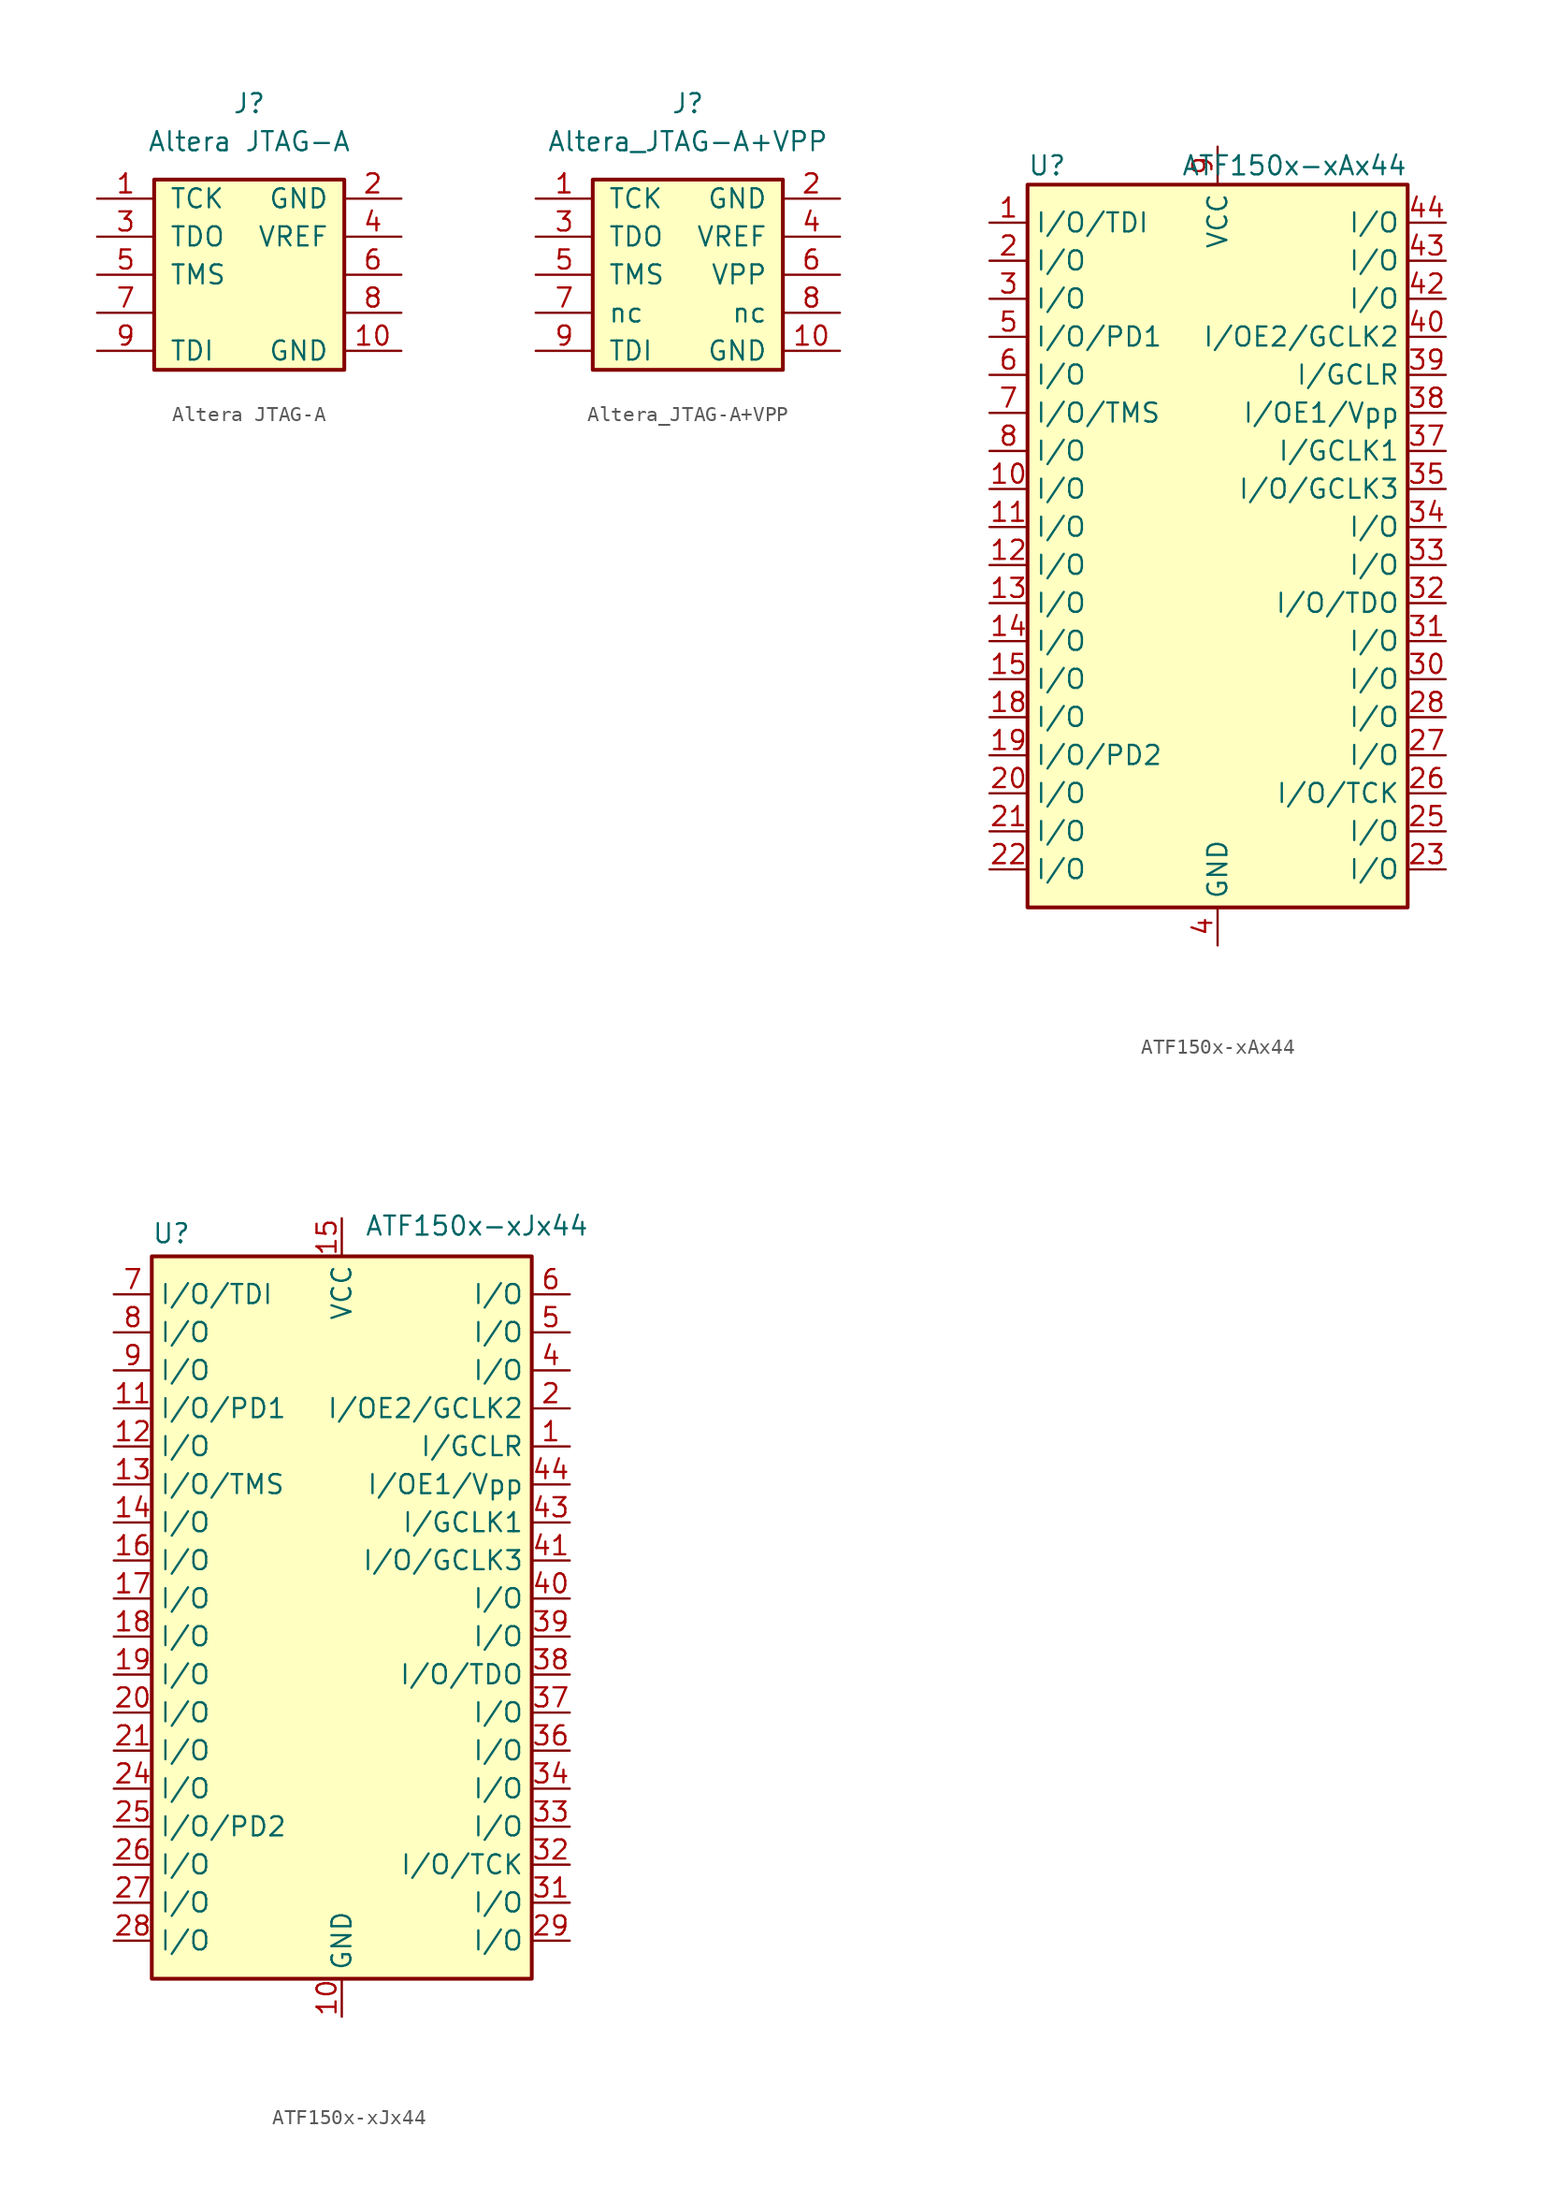
<source format=kicad_sym>
(kicad_symbol_lib
  (version 20231120)
  (generator "kicad_symbol_editor")
  (generator_version "8.0")
  (symbol "Altera JTAG-A"
    (pin_names
      (offset 1.016))
    (property "Reference" "J"
      (at 0 11.43 0)
      (effects (font (size 1.27 1.27))))
    (property "Value" "Altera JTAG-A"
      (at 0 8.89 0)
      (effects (font (size 1.27 1.27))))
    (symbol "Altera JTAG-A_1_1"
      (rectangle (start -6.35 6.35) (end 6.35 -6.35) (stroke (width 0.254) (type default)) (fill (type background)))
      (pin passive line (at -10.16 5.08 0) (length 3.81) (name "TCK" (effects (font (size 1.27 1.27)))) (number "1" (effects (font (size 1.27 1.27)))))
      (pin passive line (at 10.16 -5.08 180) (length 3.81) (name "GND" (effects (font (size 1.27 1.27)))) (number "10" (effects (font (size 1.27 1.27)))))
      (pin passive line (at 10.16 5.08 180) (length 3.81) (name "GND" (effects (font (size 1.27 1.27)))) (number "2" (effects (font (size 1.27 1.27)))))
      (pin passive line (at -10.16 2.54 0) (length 3.81) (name "TDO" (effects (font (size 1.27 1.27)))) (number "3" (effects (font (size 1.27 1.27)))))
      (pin passive line (at 10.16 2.54 180) (length 3.81) (name "VREF" (effects (font (size 1.27 1.27)))) (number "4" (effects (font (size 1.27 1.27)))))
      (pin passive line (at -10.16 0 0) (length 3.81) (name "TMS" (effects (font (size 1.27 1.27)))) (number "5" (effects (font (size 1.27 1.27)))))
      (pin passive line (at 10.16 0 180) (length 3.81) (name "~" (effects (font (size 1.27 1.27)))) (number "6" (effects (font (size 1.27 1.27)))))
      (pin passive line (at -10.16 -2.54 0) (length 3.81) (name "~" (effects (font (size 1.27 1.27)))) (number "7" (effects (font (size 1.27 1.27)))))
      (pin passive line (at 10.16 -2.54 180) (length 3.81) (name "~" (effects (font (size 1.27 1.27)))) (number "8" (effects (font (size 1.27 1.27)))))
      (pin passive line (at -10.16 -5.08 0) (length 3.81) (name "TDI" (effects (font (size 1.27 1.27)))) (number "9" (effects (font (size 1.27 1.27)))))))
  (symbol "Altera_JTAG-A+VPP"
    (pin_names
      (offset 1.016))
    (property "Reference" "J"
      (at 0 11.43 0)
      (effects (font (size 1.27 1.27))))
    (property "Value" "Altera_JTAG-A+VPP"
      (at 0 8.89 0)
      (effects (font (size 1.27 1.27))))
    (symbol "Altera_JTAG-A+VPP_1_1"
      (rectangle (start -6.35 6.35) (end 6.35 -6.35) (stroke (width 0.254) (type default)) (fill (type background)))
      (pin passive line (at -10.16 5.08 0) (length 3.81) (name "TCK" (effects (font (size 1.27 1.27)))) (number "1" (effects (font (size 1.27 1.27)))))
      (pin passive line (at 10.16 -5.08 180) (length 3.81) (name "GND" (effects (font (size 1.27 1.27)))) (number "10" (effects (font (size 1.27 1.27)))))
      (pin passive line (at 10.16 5.08 180) (length 3.81) (name "GND" (effects (font (size 1.27 1.27)))) (number "2" (effects (font (size 1.27 1.27)))))
      (pin passive line (at -10.16 2.54 0) (length 3.81) (name "TDO" (effects (font (size 1.27 1.27)))) (number "3" (effects (font (size 1.27 1.27)))))
      (pin passive line (at 10.16 2.54 180) (length 3.81) (name "VREF" (effects (font (size 1.27 1.27)))) (number "4" (effects (font (size 1.27 1.27)))))
      (pin passive line (at -10.16 0 0) (length 3.81) (name "TMS" (effects (font (size 1.27 1.27)))) (number "5" (effects (font (size 1.27 1.27)))))
      (pin passive line (at 10.16 0 180) (length 3.81) (name "VPP" (effects (font (size 1.27 1.27)))) (number "6" (effects (font (size 1.27 1.27)))))
      (pin passive line (at -10.16 -2.54 0) (length 3.81) (name "nc" (effects (font (size 1.27 1.27)))) (number "7" (effects (font (size 1.27 1.27)))))
      (pin passive line (at 10.16 -2.54 180) (length 3.81) (name "nc" (effects (font (size 1.27 1.27)))) (number "8" (effects (font (size 1.27 1.27)))))
      (pin passive line (at -10.16 -5.08 0) (length 3.81) (name "TDI" (effects (font (size 1.27 1.27)))) (number "9" (effects (font (size 1.27 1.27)))))))
  (symbol "ATF150x-xAx44"
    (property "Reference" "U"
      (at -12.7 24.13 0)
      (effects (font (size 1.27 1.27)) (justify left)))
    (property "Value" "ATF150x-xAx44"
      (at 12.7 24.13 0)
      (effects (font (size 1.27 1.27)) (justify right)))
    (symbol "ATF150x-xAx44_0_1"
      (rectangle (start -12.7 22.86) (end 12.7 -25.4) (stroke (width 0.254) (type default)) (fill (type background))))
    (symbol "ATF150x-xAx44_1_1"
      (pin bidirectional line (at -15.24 20.32 0) (length 2.54) (name "I/O/TDI" (effects (font (size 1.27 1.27)))) (number "1" (effects (font (size 1.27 1.27)))))
      (pin bidirectional line (at -15.24 2.54 0) (length 2.54) (name "I/O" (effects (font (size 1.27 1.27)))) (number "10" (effects (font (size 1.27 1.27)))))
      (pin bidirectional line (at -15.24 0 0) (length 2.54) (name "I/O" (effects (font (size 1.27 1.27)))) (number "11" (effects (font (size 1.27 1.27)))))
      (pin bidirectional line (at -15.24 -2.54 0) (length 2.54) (name "I/O" (effects (font (size 1.27 1.27)))) (number "12" (effects (font (size 1.27 1.27)))))
      (pin bidirectional line (at -15.24 -5.08 0) (length 2.54) (name "I/O" (effects (font (size 1.27 1.27)))) (number "13" (effects (font (size 1.27 1.27)))))
      (pin bidirectional line (at -15.24 -7.62 0) (length 2.54) (name "I/O" (effects (font (size 1.27 1.27)))) (number "14" (effects (font (size 1.27 1.27)))))
      (pin bidirectional line (at -15.24 -10.16 0) (length 2.54) (name "I/O" (effects (font (size 1.27 1.27)))) (number "15" (effects (font (size 1.27 1.27)))))
      (pin passive line (at 0 -27.94 90) (length 2.54) hide (name "GND" (effects (font (size 1.27 1.27)))) (number "16" (effects (font (size 1.27 1.27)))))
      (pin passive line (at 0 25.4 270) (length 2.54) hide (name "VCC" (effects (font (size 1.27 1.27)))) (number "17" (effects (font (size 1.27 1.27)))))
      (pin bidirectional line (at -15.24 -12.7 0) (length 2.54) (name "I/O" (effects (font (size 1.27 1.27)))) (number "18" (effects (font (size 1.27 1.27)))))
      (pin bidirectional line (at -15.24 -15.24 0) (length 2.54) (name "I/O/PD2" (effects (font (size 1.27 1.27)))) (number "19" (effects (font (size 1.27 1.27)))))
      (pin bidirectional line (at -15.24 17.78 0) (length 2.54) (name "I/O" (effects (font (size 1.27 1.27)))) (number "2" (effects (font (size 1.27 1.27)))))
      (pin bidirectional line (at -15.24 -17.78 0) (length 2.54) (name "I/O" (effects (font (size 1.27 1.27)))) (number "20" (effects (font (size 1.27 1.27)))))
      (pin bidirectional line (at -15.24 -20.32 0) (length 2.54) (name "I/O" (effects (font (size 1.27 1.27)))) (number "21" (effects (font (size 1.27 1.27)))))
      (pin bidirectional line (at -15.24 -22.86 0) (length 2.54) (name "I/O" (effects (font (size 1.27 1.27)))) (number "22" (effects (font (size 1.27 1.27)))))
      (pin bidirectional line (at 15.24 -22.86 180) (length 2.54) (name "I/O" (effects (font (size 1.27 1.27)))) (number "23" (effects (font (size 1.27 1.27)))))
      (pin passive line (at 0 -27.94 90) (length 2.54) hide (name "GND" (effects (font (size 1.27 1.27)))) (number "24" (effects (font (size 1.27 1.27)))))
      (pin bidirectional line (at 15.24 -20.32 180) (length 2.54) (name "I/O" (effects (font (size 1.27 1.27)))) (number "25" (effects (font (size 1.27 1.27)))))
      (pin bidirectional line (at 15.24 -17.78 180) (length 2.54) (name "I/O/TCK" (effects (font (size 1.27 1.27)))) (number "26" (effects (font (size 1.27 1.27)))))
      (pin bidirectional line (at 15.24 -15.24 180) (length 2.54) (name "I/O" (effects (font (size 1.27 1.27)))) (number "27" (effects (font (size 1.27 1.27)))))
      (pin bidirectional line (at 15.24 -12.7 180) (length 2.54) (name "I/O" (effects (font (size 1.27 1.27)))) (number "28" (effects (font (size 1.27 1.27)))))
      (pin passive line (at 0 25.4 270) (length 2.54) hide (name "VCC" (effects (font (size 1.27 1.27)))) (number "29" (effects (font (size 1.27 1.27)))))
      (pin bidirectional line (at -15.24 15.24 0) (length 2.54) (name "I/O" (effects (font (size 1.27 1.27)))) (number "3" (effects (font (size 1.27 1.27)))))
      (pin bidirectional line (at 15.24 -10.16 180) (length 2.54) (name "I/O" (effects (font (size 1.27 1.27)))) (number "30" (effects (font (size 1.27 1.27)))))
      (pin bidirectional line (at 15.24 -7.62 180) (length 2.54) (name "I/O" (effects (font (size 1.27 1.27)))) (number "31" (effects (font (size 1.27 1.27)))))
      (pin bidirectional line (at 15.24 -5.08 180) (length 2.54) (name "I/O/TDO" (effects (font (size 1.27 1.27)))) (number "32" (effects (font (size 1.27 1.27)))))
      (pin bidirectional line (at 15.24 -2.54 180) (length 2.54) (name "I/O" (effects (font (size 1.27 1.27)))) (number "33" (effects (font (size 1.27 1.27)))))
      (pin bidirectional line (at 15.24 0 180) (length 2.54) (name "I/O" (effects (font (size 1.27 1.27)))) (number "34" (effects (font (size 1.27 1.27)))))
      (pin bidirectional line (at 15.24 2.54 180) (length 2.54) (name "I/O/GCLK3" (effects (font (size 1.27 1.27)))) (number "35" (effects (font (size 1.27 1.27)))))
      (pin passive line (at 0 -27.94 90) (length 2.54) hide (name "GND" (effects (font (size 1.27 1.27)))) (number "36" (effects (font (size 1.27 1.27)))))
      (pin input line (at 15.24 5.08 180) (length 2.54) (name "I/GCLK1" (effects (font (size 1.27 1.27)))) (number "37" (effects (font (size 1.27 1.27)))))
      (pin input line (at 15.24 7.62 180) (length 2.54) (name "I/OE1/Vpp" (effects (font (size 1.27 1.27)))) (number "38" (effects (font (size 1.27 1.27)))))
      (pin input line (at 15.24 10.16 180) (length 2.54) (name "I/GCLR" (effects (font (size 1.27 1.27)))) (number "39" (effects (font (size 1.27 1.27)))))
      (pin power_in line (at 0 -27.94 90) (length 2.54) (name "GND" (effects (font (size 1.27 1.27)))) (number "4" (effects (font (size 1.27 1.27)))))
      (pin input line (at 15.24 12.7 180) (length 2.54) (name "I/OE2/GCLK2" (effects (font (size 1.27 1.27)))) (number "40" (effects (font (size 1.27 1.27)))))
      (pin passive line (at 0 25.4 270) (length 2.54) hide (name "VCC" (effects (font (size 1.27 1.27)))) (number "41" (effects (font (size 1.27 1.27)))))
      (pin bidirectional line (at 15.24 15.24 180) (length 2.54) (name "I/O" (effects (font (size 1.27 1.27)))) (number "42" (effects (font (size 1.27 1.27)))))
      (pin bidirectional line (at 15.24 17.78 180) (length 2.54) (name "I/O" (effects (font (size 1.27 1.27)))) (number "43" (effects (font (size 1.27 1.27)))))
      (pin bidirectional line (at 15.24 20.32 180) (length 2.54) (name "I/O" (effects (font (size 1.27 1.27)))) (number "44" (effects (font (size 1.27 1.27)))))
      (pin bidirectional line (at -15.24 12.7 0) (length 2.54) (name "I/O/PD1" (effects (font (size 1.27 1.27)))) (number "5" (effects (font (size 1.27 1.27)))))
      (pin bidirectional line (at -15.24 10.16 0) (length 2.54) (name "I/O" (effects (font (size 1.27 1.27)))) (number "6" (effects (font (size 1.27 1.27)))))
      (pin bidirectional line (at -15.24 7.62 0) (length 2.54) (name "I/O/TMS" (effects (font (size 1.27 1.27)))) (number "7" (effects (font (size 1.27 1.27)))))
      (pin bidirectional line (at -15.24 5.08 0) (length 2.54) (name "I/O" (effects (font (size 1.27 1.27)))) (number "8" (effects (font (size 1.27 1.27)))))
      (pin power_in line (at 0 25.4 270) (length 2.54) (name "VCC" (effects (font (size 1.27 1.27)))) (number "9" (effects (font (size 1.27 1.27)))))))
  (symbol "ATF150x-xJx44"
    (property "Reference" "U"
      (at -12.7 24.384 0)
      (effects (font (size 1.27 1.27)) (justify left)))
    (property "Value" "ATF150x-xJx44"
      (at 1.524 24.892 0)
      (effects (font (size 1.27 1.27)) (justify left)))
    (symbol "ATF150x-xJx44_0_1"
      (rectangle (start -12.7 22.86) (end 12.7 -25.4) (stroke (width 0.254) (type default)) (fill (type background))))
    (symbol "ATF150x-xJx44_1_1"
      (pin input line (at 15.24 10.16 180) (length 2.54) (name "I/GCLR" (effects (font (size 1.27 1.27)))) (number "1" (effects (font (size 1.27 1.27)))))
      (pin power_in line (at 0 -27.94 90) (length 2.54) (name "GND" (effects (font (size 1.27 1.27)))) (number "10" (effects (font (size 1.27 1.27)))))
      (pin bidirectional line (at -15.24 12.7 0) (length 2.54) (name "I/O/PD1" (effects (font (size 1.27 1.27)))) (number "11" (effects (font (size 1.27 1.27)))))
      (pin bidirectional line (at -15.24 10.16 0) (length 2.54) (name "I/O" (effects (font (size 1.27 1.27)))) (number "12" (effects (font (size 1.27 1.27)))))
      (pin bidirectional line (at -15.24 7.62 0) (length 2.54) (name "I/O/TMS" (effects (font (size 1.27 1.27)))) (number "13" (effects (font (size 1.27 1.27)))))
      (pin bidirectional line (at -15.24 5.08 0) (length 2.54) (name "I/O" (effects (font (size 1.27 1.27)))) (number "14" (effects (font (size 1.27 1.27)))))
      (pin power_in line (at 0 25.4 270) (length 2.54) (name "VCC" (effects (font (size 1.27 1.27)))) (number "15" (effects (font (size 1.27 1.27)))))
      (pin bidirectional line (at -15.24 2.54 0) (length 2.54) (name "I/O" (effects (font (size 1.27 1.27)))) (number "16" (effects (font (size 1.27 1.27)))))
      (pin bidirectional line (at -15.24 0 0) (length 2.54) (name "I/O" (effects (font (size 1.27 1.27)))) (number "17" (effects (font (size 1.27 1.27)))))
      (pin bidirectional line (at -15.24 -2.54 0) (length 2.54) (name "I/O" (effects (font (size 1.27 1.27)))) (number "18" (effects (font (size 1.27 1.27)))))
      (pin bidirectional line (at -15.24 -5.08 0) (length 2.54) (name "I/O" (effects (font (size 1.27 1.27)))) (number "19" (effects (font (size 1.27 1.27)))))
      (pin input line (at 15.24 12.7 180) (length 2.54) (name "I/OE2/GCLK2" (effects (font (size 1.27 1.27)))) (number "2" (effects (font (size 1.27 1.27)))))
      (pin bidirectional line (at -15.24 -7.62 0) (length 2.54) (name "I/O" (effects (font (size 1.27 1.27)))) (number "20" (effects (font (size 1.27 1.27)))))
      (pin bidirectional line (at -15.24 -10.16 0) (length 2.54) (name "I/O" (effects (font (size 1.27 1.27)))) (number "21" (effects (font (size 1.27 1.27)))))
      (pin passive line (at 0 -27.94 90) (length 2.54) hide (name "GND" (effects (font (size 1.27 1.27)))) (number "22" (effects (font (size 1.27 1.27)))))
      (pin passive line (at 0 25.4 270) (length 2.54) hide (name "VCC" (effects (font (size 1.27 1.27)))) (number "23" (effects (font (size 1.27 1.27)))))
      (pin bidirectional line (at -15.24 -12.7 0) (length 2.54) (name "I/O" (effects (font (size 1.27 1.27)))) (number "24" (effects (font (size 1.27 1.27)))))
      (pin bidirectional line (at -15.24 -15.24 0) (length 2.54) (name "I/O/PD2" (effects (font (size 1.27 1.27)))) (number "25" (effects (font (size 1.27 1.27)))))
      (pin bidirectional line (at -15.24 -17.78 0) (length 2.54) (name "I/O" (effects (font (size 1.27 1.27)))) (number "26" (effects (font (size 1.27 1.27)))))
      (pin bidirectional line (at -15.24 -20.32 0) (length 2.54) (name "I/O" (effects (font (size 1.27 1.27)))) (number "27" (effects (font (size 1.27 1.27)))))
      (pin bidirectional line (at -15.24 -22.86 0) (length 2.54) (name "I/O" (effects (font (size 1.27 1.27)))) (number "28" (effects (font (size 1.27 1.27)))))
      (pin bidirectional line (at 15.24 -22.86 180) (length 2.54) (name "I/O" (effects (font (size 1.27 1.27)))) (number "29" (effects (font (size 1.27 1.27)))))
      (pin passive line (at 0 25.4 270) (length 2.54) hide (name "VCC" (effects (font (size 1.27 1.27)))) (number "3" (effects (font (size 1.27 1.27)))))
      (pin passive line (at 0 -27.94 90) (length 2.54) hide (name "GND" (effects (font (size 1.27 1.27)))) (number "30" (effects (font (size 1.27 1.27)))))
      (pin bidirectional line (at 15.24 -20.32 180) (length 2.54) (name "I/O" (effects (font (size 1.27 1.27)))) (number "31" (effects (font (size 1.27 1.27)))))
      (pin bidirectional line (at 15.24 -17.78 180) (length 2.54) (name "I/O/TCK" (effects (font (size 1.27 1.27)))) (number "32" (effects (font (size 1.27 1.27)))))
      (pin bidirectional line (at 15.24 -15.24 180) (length 2.54) (name "I/O" (effects (font (size 1.27 1.27)))) (number "33" (effects (font (size 1.27 1.27)))))
      (pin bidirectional line (at 15.24 -12.7 180) (length 2.54) (name "I/O" (effects (font (size 1.27 1.27)))) (number "34" (effects (font (size 1.27 1.27)))))
      (pin passive line (at 0 25.4 270) (length 2.54) hide (name "VCC" (effects (font (size 1.27 1.27)))) (number "35" (effects (font (size 1.27 1.27)))))
      (pin bidirectional line (at 15.24 -10.16 180) (length 2.54) (name "I/O" (effects (font (size 1.27 1.27)))) (number "36" (effects (font (size 1.27 1.27)))))
      (pin bidirectional line (at 15.24 -7.62 180) (length 2.54) (name "I/O" (effects (font (size 1.27 1.27)))) (number "37" (effects (font (size 1.27 1.27)))))
      (pin bidirectional line (at 15.24 -5.08 180) (length 2.54) (name "I/O/TDO" (effects (font (size 1.27 1.27)))) (number "38" (effects (font (size 1.27 1.27)))))
      (pin bidirectional line (at 15.24 -2.54 180) (length 2.54) (name "I/O" (effects (font (size 1.27 1.27)))) (number "39" (effects (font (size 1.27 1.27)))))
      (pin bidirectional line (at 15.24 15.24 180) (length 2.54) (name "I/O" (effects (font (size 1.27 1.27)))) (number "4" (effects (font (size 1.27 1.27)))))
      (pin bidirectional line (at 15.24 0 180) (length 2.54) (name "I/O" (effects (font (size 1.27 1.27)))) (number "40" (effects (font (size 1.27 1.27)))))
      (pin bidirectional line (at 15.24 2.54 180) (length 2.54) (name "I/O/GCLK3" (effects (font (size 1.27 1.27)))) (number "41" (effects (font (size 1.27 1.27)))))
      (pin passive line (at 0 -27.94 90) (length 2.54) hide (name "GND" (effects (font (size 1.27 1.27)))) (number "42" (effects (font (size 1.27 1.27)))))
      (pin input line (at 15.24 5.08 180) (length 2.54) (name "I/GCLK1" (effects (font (size 1.27 1.27)))) (number "43" (effects (font (size 1.27 1.27)))))
      (pin input line (at 15.24 7.62 180) (length 2.54) (name "I/OE1/Vpp" (effects (font (size 1.27 1.27)))) (number "44" (effects (font (size 1.27 1.27)))))
      (pin bidirectional line (at 15.24 17.78 180) (length 2.54) (name "I/O" (effects (font (size 1.27 1.27)))) (number "5" (effects (font (size 1.27 1.27)))))
      (pin bidirectional line (at 15.24 20.32 180) (length 2.54) (name "I/O" (effects (font (size 1.27 1.27)))) (number "6" (effects (font (size 1.27 1.27)))))
      (pin bidirectional line (at -15.24 20.32 0) (length 2.54) (name "I/O/TDI" (effects (font (size 1.27 1.27)))) (number "7" (effects (font (size 1.27 1.27)))))
      (pin bidirectional line (at -15.24 17.78 0) (length 2.54) (name "I/O" (effects (font (size 1.27 1.27)))) (number "8" (effects (font (size 1.27 1.27)))))
      (pin bidirectional line (at -15.24 15.24 0) (length 2.54) (name "I/O" (effects (font (size 1.27 1.27)))) (number "9" (effects (font (size 1.27 1.27))))))))
</source>
